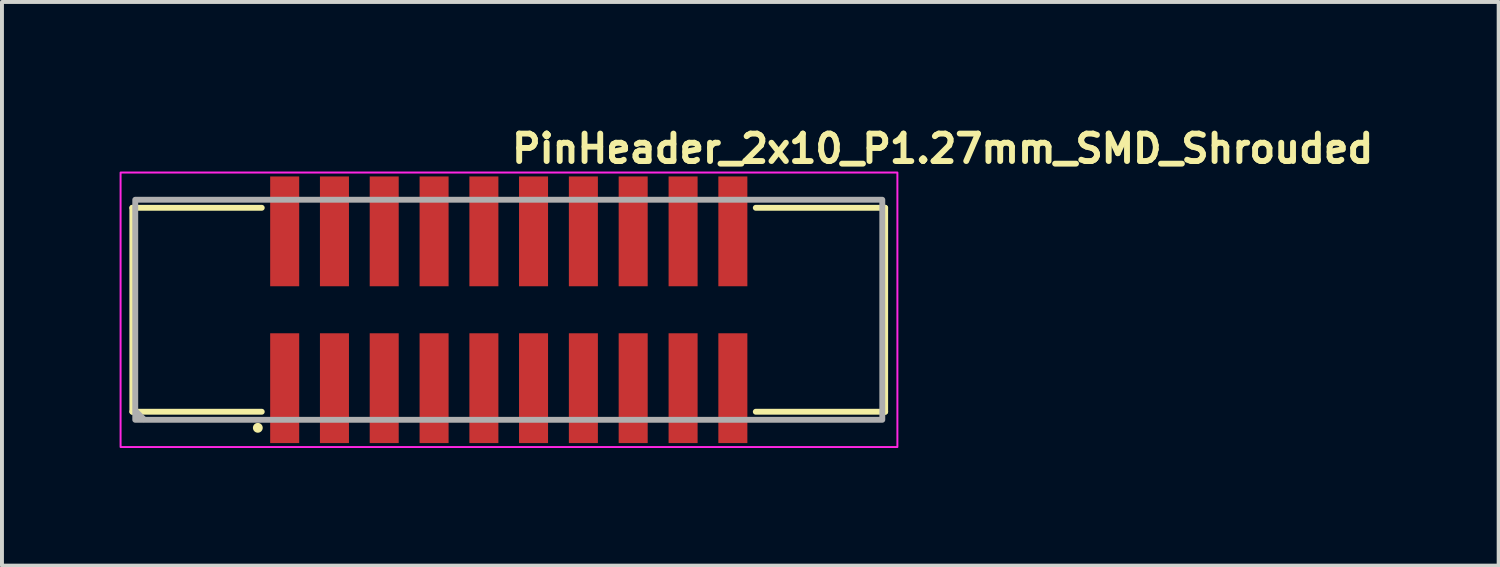
<source format=kicad_pcb>
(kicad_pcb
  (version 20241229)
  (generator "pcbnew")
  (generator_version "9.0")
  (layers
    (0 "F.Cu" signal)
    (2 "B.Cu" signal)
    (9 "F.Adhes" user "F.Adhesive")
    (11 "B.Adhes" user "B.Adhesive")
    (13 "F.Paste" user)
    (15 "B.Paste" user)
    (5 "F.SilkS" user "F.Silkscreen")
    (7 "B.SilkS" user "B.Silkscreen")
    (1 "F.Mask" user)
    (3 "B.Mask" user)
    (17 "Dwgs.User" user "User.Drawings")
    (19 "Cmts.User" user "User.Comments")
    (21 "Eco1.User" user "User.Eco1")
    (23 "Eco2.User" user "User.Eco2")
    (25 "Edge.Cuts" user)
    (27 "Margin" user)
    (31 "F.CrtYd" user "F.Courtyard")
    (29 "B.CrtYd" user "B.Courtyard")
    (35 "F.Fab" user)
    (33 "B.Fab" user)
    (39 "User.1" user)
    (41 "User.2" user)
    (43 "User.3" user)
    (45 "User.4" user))
  (footprint "PinHeader_2x10_P1.27mm_SMD_Shrouded"
    (layer "F.Cu")
    (at 9.925 4.85)
    (property "Reference" "PinHeader_2x10_P1.27mm_SMD_Shrouded" (at 0 -3.7 0) (layer "F.SilkS") (effects (font (size 0.7 0.7) (thickness 0.15)) (justify left bottom)))
    (attr smd)
    (fp_line (start -9.6 -2.601) (end -9.6 2.6) (stroke (width 0.15) (type solid)) (layer "F.SilkS"))
    (fp_line (start -9.6 -2.601) (end -6.3 -2.601) (stroke (width 0.15) (type solid)) (layer "F.SilkS"))
    (fp_line (start -9.6 2.6) (end -6.3 2.6) (stroke (width 0.15) (type solid)) (layer "F.SilkS"))
    (fp_line (start 6.299 -2.601) (end 9.598 -2.601) (stroke (width 0.15) (type solid)) (layer "F.SilkS"))
    (fp_line (start 6.299 2.6) (end 9.598 2.6) (stroke (width 0.15) (type solid)) (layer "F.SilkS"))
    (fp_line (start 9.598 -2.601) (end 9.598 2.6) (stroke (width 0.15) (type solid)) (layer "F.SilkS"))
    (fp_circle (center -6.4 3.01) (end -6.35 3.01) (stroke (width 0.15) (type solid)) (fill yes) (layer "F.SilkS"))
    (fp_rect (start -9.9 -3.5) (end 9.91 3.5) (stroke (width 0.05) (type solid)) (fill no) (layer "F.CrtYd"))
    (fp_line (start -9.51 2.59) (end -9.31 2.79) (stroke (width 0.15) (type solid)) (layer "F.Fab"))
    (fp_rect (start -9.526 -2.806) (end 9.525 2.805) (stroke (width 0.15) (type solid)) (fill no) (layer "F.Fab"))
    (fp_rect (start -9.526 -2.806) (end 9.525 2.805) (stroke (width 0.1) (type solid)) (fill no) (layer "User.5"))
    (fp_line (start -9.526 -2.5) (end 9.525 -2.5) (stroke (width 0.02) (type solid)) (layer "User.9"))
    (fp_line (start -9.526 2.499) (end -9.526 -2.5) (stroke (width 0.02) (type solid)) (layer "User.9"))
    (fp_line (start -9.526 2.499) (end -1.2 2.499) (stroke (width 0.02) (type solid)) (layer "User.9"))
    (fp_line (start -9.125 -2.101) (end -8.725 -1.7) (stroke (width 0.02) (type solid)) (layer "User.9"))
    (fp_line (start -9.125 -2.101) (end 9.124 -2.101) (stroke (width 0.02) (type solid)) (layer "User.9"))
    (fp_line (start -9.125 2.1) (end -9.125 -2.101) (stroke (width 0.02) (type solid)) (layer "User.9"))
    (fp_line (start -9.125 2.1) (end -8.725 1.699) (stroke (width 0.02) (type solid)) (layer "User.9"))
    (fp_line (start -8.725 -1.7) (end -8.725 1.699) (stroke (width 0.02) (type solid)) (layer "User.9"))
    (fp_line (start -8.725 1.699) (end -1.2 1.699) (stroke (width 0.02) (type solid)) (layer "User.9"))
    (fp_line (start -6.768 2.548) (end -6.768 2.499) (stroke (width 0.02) (type solid)) (layer "User.9"))
    (fp_line (start -5.915 -0.835) (end -5.515 -0.835) (stroke (width 0.02) (type solid)) (layer "User.9"))
    (fp_line (start -5.915 -0.435) (end -5.915 -0.835) (stroke (width 0.02) (type solid)) (layer "User.9"))
    (fp_line (start -5.915 0.433) (end -5.816 0.535) (stroke (width 0.02) (type solid)) (layer "User.9"))
    (fp_line (start -5.915 0.433) (end -5.515 0.433) (stroke (width 0.02) (type solid)) (layer "User.9"))
    (fp_line (start -5.915 0.833) (end -5.915 0.433) (stroke (width 0.02) (type solid)) (layer "User.9"))
    (fp_line (start -5.816 -2.755) (end -5.896 -2.5) (stroke (width 0.02) (type solid)) (layer "User.9"))
    (fp_line (start -5.816 -2.755) (end -5.617 -2.755) (stroke (width 0.02) (type solid)) (layer "User.9"))
    (fp_line (start -5.816 -0.735) (end -5.915 -0.835) (stroke (width 0.02) (type solid)) (layer "User.9"))
    (fp_line (start -5.816 -0.735) (end -5.816 -0.537) (stroke (width 0.02) (type solid)) (layer "User.9"))
    (fp_line (start -5.816 -0.537) (end -5.915 -0.435) (stroke (width 0.02) (type solid)) (layer "User.9"))
    (fp_line (start -5.816 -0.537) (end -5.617 -0.537) (stroke (width 0.02) (type solid)) (layer "User.9"))
    (fp_line (start -5.816 0.535) (end -5.816 0.733) (stroke (width 0.02) (type solid)) (layer "User.9"))
    (fp_line (start -5.816 0.733) (end -5.915 0.833) (stroke (width 0.02) (type solid)) (layer "User.9"))
    (fp_line (start -5.816 0.733) (end -5.617 0.733) (stroke (width 0.02) (type solid)) (layer "User.9"))
    (fp_line (start -5.816 2.753) (end -5.88 2.548) (stroke (width 0.02) (type solid)) (layer "User.9"))
    (fp_line (start -5.617 -2.755) (end -5.537 -2.5) (stroke (width 0.02) (type solid)) (layer "User.9"))
    (fp_line (start -5.617 -0.735) (end -5.816 -0.735) (stroke (width 0.02) (type solid)) (layer "User.9"))
    (fp_line (start -5.617 -0.735) (end -5.515 -0.835) (stroke (width 0.02) (type solid)) (layer "User.9"))
    (fp_line (start -5.617 -0.537) (end -5.617 -0.735) (stroke (width 0.02) (type solid)) (layer "User.9"))
    (fp_line (start -5.617 0.535) (end -5.816 0.535) (stroke (width 0.02) (type solid)) (layer "User.9"))
    (fp_line (start -5.617 0.535) (end -5.515 0.433) (stroke (width 0.02) (type solid)) (layer "User.9"))
    (fp_line (start -5.617 0.733) (end -5.617 0.535) (stroke (width 0.02) (type solid)) (layer "User.9"))
    (fp_line (start -5.617 0.733) (end -5.515 0.833) (stroke (width 0.02) (type solid)) (layer "User.9"))
    (fp_line (start -5.617 2.753) (end -5.816 2.753) (stroke (width 0.02) (type solid)) (layer "User.9"))
    (fp_line (start -5.617 2.753) (end -5.552 2.548) (stroke (width 0.02) (type solid)) (layer "User.9"))
    (fp_line (start -5.515 -0.835) (end -5.515 -0.435) (stroke (width 0.02) (type solid)) (layer "User.9"))
    (fp_line (start -5.515 -0.435) (end -5.915 -0.435) (stroke (width 0.02) (type solid)) (layer "User.9"))
    (fp_line (start -5.515 -0.435) (end -5.617 -0.537) (stroke (width 0.02) (type solid)) (layer "User.9"))
    (fp_line (start -5.515 0.433) (end -5.515 0.833) (stroke (width 0.02) (type solid)) (layer "User.9"))
    (fp_line (start -5.515 0.833) (end -5.915 0.833) (stroke (width 0.02) (type solid)) (layer "User.9"))
    (fp_line (start -5.268 2.548) (end -6.768 2.548) (stroke (width 0.02) (type solid)) (layer "User.9"))
    (fp_line (start -5.268 2.548) (end -5.268 2.499) (stroke (width 0.02) (type solid)) (layer "User.9"))
    (fp_line (start -4.646 -0.885) (end -4.247 -0.885) (stroke (width 0.02) (type solid)) (layer "User.9"))
    (fp_line (start -4.646 -0.485) (end -4.646 -0.885) (stroke (width 0.02) (type solid)) (layer "User.9"))
    (fp_line (start -4.646 -0.435) (end -4.646 -0.485) (stroke (width 0.02) (type solid)) (layer "User.9"))
    (fp_line (start -4.646 0.433) (end -4.247 0.433) (stroke (width 0.02) (type solid)) (layer "User.9"))
    (fp_line (start -4.646 0.483) (end -4.646 0.433) (stroke (width 0.02) (type solid)) (layer "User.9"))
    (fp_line (start -4.646 0.483) (end -4.545 0.583) (stroke (width 0.02) (type solid)) (layer "User.9"))
    (fp_line (start -4.646 0.483) (end -4.247 0.483) (stroke (width 0.02) (type solid)) (layer "User.9"))
    (fp_line (start -4.646 0.883) (end -4.646 0.483) (stroke (width 0.02) (type solid)) (layer "User.9"))
    (fp_line (start -4.545 -2.806) (end -4.641 -2.5) (stroke (width 0.02) (type solid)) (layer "User.9"))
    (fp_line (start -4.545 -2.806) (end -4.345 -2.806) (stroke (width 0.02) (type solid)) (layer "User.9"))
    (fp_line (start -4.545 -0.787) (end -4.646 -0.885) (stroke (width 0.02) (type solid)) (layer "User.9"))
    (fp_line (start -4.545 -0.787) (end -4.545 -0.585) (stroke (width 0.02) (type solid)) (layer "User.9"))
    (fp_line (start -4.545 -0.585) (end -4.646 -0.485) (stroke (width 0.02) (type solid)) (layer "User.9"))
    (fp_line (start -4.545 -0.585) (end -4.345 -0.585) (stroke (width 0.02) (type solid)) (layer "User.9"))
    (fp_line (start -4.545 0.583) (end -4.545 0.785) (stroke (width 0.02) (type solid)) (layer "User.9"))
    (fp_line (start -4.545 0.785) (end -4.646 0.883) (stroke (width 0.02) (type solid)) (layer "User.9"))
    (fp_line (start -4.545 0.785) (end -4.345 0.785) (stroke (width 0.02) (type solid)) (layer "User.9"))
    (fp_line (start -4.545 2.805) (end -4.641 2.499) (stroke (width 0.02) (type solid)) (layer "User.9"))
    (fp_line (start -4.345 -2.806) (end -4.25 -2.5) (stroke (width 0.02) (type solid)) (layer "User.9"))
    (fp_line (start -4.345 -0.787) (end -4.545 -0.787) (stroke (width 0.02) (type solid)) (layer "User.9"))
    (fp_line (start -4.345 -0.787) (end -4.247 -0.885) (stroke (width 0.02) (type solid)) (layer "User.9"))
    (fp_line (start -4.345 -0.585) (end -4.345 -0.787) (stroke (width 0.02) (type solid)) (layer "User.9"))
    (fp_line (start -4.345 0.583) (end -4.545 0.583) (stroke (width 0.02) (type solid)) (layer "User.9"))
    (fp_line (start -4.345 0.583) (end -4.247 0.483) (stroke (width 0.02) (type solid)) (layer "User.9"))
    (fp_line (start -4.345 0.785) (end -4.345 0.583) (stroke (width 0.02) (type solid)) (layer "User.9"))
    (fp_line (start -4.345 0.785) (end -4.247 0.883) (stroke (width 0.02) (type solid)) (layer "User.9"))
    (fp_line (start -4.345 2.805) (end -4.545 2.805) (stroke (width 0.02) (type solid)) (layer "User.9"))
    (fp_line (start -4.345 2.805) (end -4.25 2.499) (stroke (width 0.02) (type solid)) (layer "User.9"))
    (fp_line (start -4.247 -0.885) (end -4.247 -0.485) (stroke (width 0.02) (type solid)) (layer "User.9"))
    (fp_line (start -4.247 -0.485) (end -4.646 -0.485) (stroke (width 0.02) (type solid)) (layer "User.9"))
    (fp_line (start -4.247 -0.485) (end -4.345 -0.585) (stroke (width 0.02) (type solid)) (layer "User.9"))
    (fp_line (start -4.247 -0.485) (end -4.247 -0.435) (stroke (width 0.02) (type solid)) (layer "User.9"))
    (fp_line (start -4.247 -0.435) (end -4.646 -0.435) (stroke (width 0.02) (type solid)) (layer "User.9"))
    (fp_line (start -4.247 0.433) (end -4.247 0.483) (stroke (width 0.02) (type solid)) (layer "User.9"))
    (fp_line (start -4.247 0.483) (end -4.247 0.883) (stroke (width 0.02) (type solid)) (layer "User.9"))
    (fp_line (start -4.247 0.883) (end -4.646 0.883) (stroke (width 0.02) (type solid)) (layer "User.9"))
    (fp_line (start -3.375 -0.885) (end -2.976 -0.885) (stroke (width 0.02) (type solid)) (layer "User.9"))
    (fp_line (start -3.375 -0.485) (end -3.375 -0.885) (stroke (width 0.02) (type solid)) (layer "User.9"))
    (fp_line (start -3.375 -0.435) (end -3.375 -0.485) (stroke (width 0.02) (type solid)) (layer "User.9"))
    (fp_line (start -3.375 0.433) (end -2.976 0.433) (stroke (width 0.02) (type solid)) (layer "User.9"))
    (fp_line (start -3.375 0.483) (end -3.375 0.433) (stroke (width 0.02) (type solid)) (layer "User.9"))
    (fp_line (start -3.375 0.483) (end -3.275 0.583) (stroke (width 0.02) (type solid)) (layer "User.9"))
    (fp_line (start -3.375 0.483) (end -2.976 0.483) (stroke (width 0.02) (type solid)) (layer "User.9"))
    (fp_line (start -3.375 0.883) (end -3.375 0.483) (stroke (width 0.02) (type solid)) (layer "User.9"))
    (fp_line (start -3.275 -2.806) (end -3.371 -2.5) (stroke (width 0.02) (type solid)) (layer "User.9"))
    (fp_line (start -3.275 -2.806) (end -3.077 -2.806) (stroke (width 0.02) (type solid)) (layer "User.9"))
    (fp_line (start -3.275 -0.787) (end -3.375 -0.885) (stroke (width 0.02) (type solid)) (layer "User.9"))
    (fp_line (start -3.275 -0.787) (end -3.275 -0.585) (stroke (width 0.02) (type solid)) (layer "User.9"))
    (fp_line (start -3.275 -0.585) (end -3.375 -0.485) (stroke (width 0.02) (type solid)) (layer "User.9"))
    (fp_line (start -3.275 -0.585) (end -3.077 -0.585) (stroke (width 0.02) (type solid)) (layer "User.9"))
    (fp_line (start -3.275 0.583) (end -3.275 0.785) (stroke (width 0.02) (type solid)) (layer "User.9"))
    (fp_line (start -3.275 0.785) (end -3.375 0.883) (stroke (width 0.02) (type solid)) (layer "User.9"))
    (fp_line (start -3.275 0.785) (end -3.077 0.785) (stroke (width 0.02) (type solid)) (layer "User.9"))
    (fp_line (start -3.275 2.805) (end -3.371 2.499) (stroke (width 0.02) (type solid)) (layer "User.9"))
    (fp_line (start -3.077 -2.806) (end -2.98 -2.5) (stroke (width 0.02) (type solid)) (layer "User.9"))
    (fp_line (start -3.077 -0.787) (end -3.275 -0.787) (stroke (width 0.02) (type solid)) (layer "User.9"))
    (fp_line (start -3.077 -0.787) (end -2.976 -0.885) (stroke (width 0.02) (type solid)) (layer "User.9"))
    (fp_line (start -3.077 -0.585) (end -3.077 -0.787) (stroke (width 0.02) (type solid)) (layer "User.9"))
    (fp_line (start -3.077 0.583) (end -3.275 0.583) (stroke (width 0.02) (type solid)) (layer "User.9"))
    (fp_line (start -3.077 0.583) (end -2.976 0.483) (stroke (width 0.02) (type solid)) (layer "User.9"))
    (fp_line (start -3.077 0.785) (end -3.077 0.583) (stroke (width 0.02) (type solid)) (layer "User.9"))
    (fp_line (start -3.077 0.785) (end -2.976 0.883) (stroke (width 0.02) (type solid)) (layer "User.9"))
    (fp_line (start -3.077 2.805) (end -3.275 2.805) (stroke (width 0.02) (type solid)) (layer "User.9"))
    (fp_line (start -3.077 2.805) (end -2.98 2.499) (stroke (width 0.02) (type solid)) (layer "User.9"))
    (fp_line (start -2.976 -0.885) (end -2.976 -0.485) (stroke (width 0.02) (type solid)) (layer "User.9"))
    (fp_line (start -2.976 -0.485) (end -3.375 -0.485) (stroke (width 0.02) (type solid)) (layer "User.9"))
    (fp_line (start -2.976 -0.485) (end -3.077 -0.585) (stroke (width 0.02) (type solid)) (layer "User.9"))
    (fp_line (start -2.976 -0.485) (end -2.976 -0.435) (stroke (width 0.02) (type solid)) (layer "User.9"))
    (fp_line (start -2.976 -0.435) (end -3.375 -0.435) (stroke (width 0.02) (type solid)) (layer "User.9"))
    (fp_line (start -2.976 0.433) (end -2.976 0.483) (stroke (width 0.02) (type solid)) (layer "User.9"))
    (fp_line (start -2.976 0.483) (end -2.976 0.883) (stroke (width 0.02) (type solid)) (layer "User.9"))
    (fp_line (start -2.976 0.883) (end -3.375 0.883) (stroke (width 0.02) (type solid)) (layer "User.9"))
    (fp_line (start -2.105 -0.885) (end -1.706 -0.885) (stroke (width 0.02) (type solid)) (layer "User.9"))
    (fp_line (start -2.105 -0.485) (end -2.105 -0.885) (stroke (width 0.02) (type solid)) (layer "User.9"))
    (fp_line (start -2.105 -0.435) (end -2.105 -0.485) (stroke (width 0.02) (type solid)) (layer "User.9"))
    (fp_line (start -2.105 0.433) (end -1.706 0.433) (stroke (width 0.02) (type solid)) (layer "User.9"))
    (fp_line (start -2.105 0.483) (end -2.105 0.433) (stroke (width 0.02) (type solid)) (layer "User.9"))
    (fp_line (start -2.105 0.483) (end -2.005 0.583) (stroke (width 0.02) (type solid)) (layer "User.9"))
    (fp_line (start -2.105 0.483) (end -1.706 0.483) (stroke (width 0.02) (type solid)) (layer "User.9"))
    (fp_line (start -2.105 0.883) (end -2.105 0.483) (stroke (width 0.02) (type solid)) (layer "User.9"))
    (fp_line (start -2.005 -2.806) (end -2.101 -2.5) (stroke (width 0.02) (type solid)) (layer "User.9"))
    (fp_line (start -2.005 -2.806) (end -1.805 -2.806) (stroke (width 0.02) (type solid)) (layer "User.9"))
    (fp_line (start -2.005 -0.787) (end -2.105 -0.885) (stroke (width 0.02) (type solid)) (layer "User.9"))
    (fp_line (start -2.005 -0.787) (end -2.005 -0.585) (stroke (width 0.02) (type solid)) (layer "User.9"))
    (fp_line (start -2.005 -0.585) (end -2.105 -0.485) (stroke (width 0.02) (type solid)) (layer "User.9"))
    (fp_line (start -2.005 -0.585) (end -1.805 -0.585) (stroke (width 0.02) (type solid)) (layer "User.9"))
    (fp_line (start -2.005 0.583) (end -2.005 0.785) (stroke (width 0.02) (type solid)) (layer "User.9"))
    (fp_line (start -2.005 0.785) (end -2.105 0.883) (stroke (width 0.02) (type solid)) (layer "User.9"))
    (fp_line (start -2.005 0.785) (end -1.805 0.785) (stroke (width 0.02) (type solid)) (layer "User.9"))
    (fp_line (start -2.005 2.805) (end -2.101 2.499) (stroke (width 0.02) (type solid)) (layer "User.9"))
    (fp_line (start -1.805 -2.806) (end -1.71 -2.5) (stroke (width 0.02) (type solid)) (layer "User.9"))
    (fp_line (start -1.805 -0.787) (end -2.005 -0.787) (stroke (width 0.02) (type solid)) (layer "User.9"))
    (fp_line (start -1.805 -0.787) (end -1.706 -0.885) (stroke (width 0.02) (type solid)) (layer "User.9"))
    (fp_line (start -1.805 -0.585) (end -1.805 -0.787) (stroke (width 0.02) (type solid)) (layer "User.9"))
    (fp_line (start -1.805 0.583) (end -2.005 0.583) (stroke (width 0.02) (type solid)) (layer "User.9"))
    (fp_line (start -1.805 0.583) (end -1.706 0.483) (stroke (width 0.02) (type solid)) (layer "User.9"))
    (fp_line (start -1.805 0.785) (end -1.805 0.583) (stroke (width 0.02) (type solid)) (layer "User.9"))
    (fp_line (start -1.805 0.785) (end -1.706 0.883) (stroke (width 0.02) (type solid)) (layer "User.9"))
    (fp_line (start -1.805 2.805) (end -2.005 2.805) (stroke (width 0.02) (type solid)) (layer "User.9"))
    (fp_line (start -1.805 2.805) (end -1.71 2.499) (stroke (width 0.02) (type solid)) (layer "User.9"))
    (fp_line (start -1.706 -0.885) (end -1.706 -0.485) (stroke (width 0.02) (type solid)) (layer "User.9"))
    (fp_line (start -1.706 -0.485) (end -2.105 -0.485) (stroke (width 0.02) (type solid)) (layer "User.9"))
    (fp_line (start -1.706 -0.485) (end -1.805 -0.585) (stroke (width 0.02) (type solid)) (layer "User.9"))
    (fp_line (start -1.706 -0.485) (end -1.706 -0.435) (stroke (width 0.02) (type solid)) (layer "User.9"))
    (fp_line (start -1.706 -0.435) (end -2.105 -0.435) (stroke (width 0.02) (type solid)) (layer "User.9"))
    (fp_line (start -1.706 0.433) (end -1.706 0.483) (stroke (width 0.02) (type solid)) (layer "User.9"))
    (fp_line (start -1.706 0.483) (end -1.706 0.883) (stroke (width 0.02) (type solid)) (layer "User.9"))
    (fp_line (start -1.706 0.883) (end -2.105 0.883) (stroke (width 0.02) (type solid)) (layer "User.9"))
    (fp_line (start -1.2 2.1) (end -9.125 2.1) (stroke (width 0.02) (type solid)) (layer "User.9"))
    (fp_line (start -1.2 2.1) (end -1.2 1.699) (stroke (width 0.02) (type solid)) (layer "User.9"))
    (fp_line (start -1.2 2.499) (end -1.2 2.1) (stroke (width 0.02) (type solid)) (layer "User.9"))
    (fp_line (start -0.835 -0.885) (end -0.435 -0.885) (stroke (width 0.02) (type solid)) (layer "User.9"))
    (fp_line (start -0.835 -0.485) (end -0.835 -0.885) (stroke (width 0.02) (type solid)) (layer "User.9"))
    (fp_line (start -0.835 -0.435) (end -0.835 -0.485) (stroke (width 0.02) (type solid)) (layer "User.9"))
    (fp_line (start -0.835 0.433) (end -0.435 0.433) (stroke (width 0.02) (type solid)) (layer "User.9"))
    (fp_line (start -0.835 0.483) (end -0.835 0.433) (stroke (width 0.02) (type solid)) (layer "User.9"))
    (fp_line (start -0.835 0.483) (end -0.735 0.583) (stroke (width 0.02) (type solid)) (layer "User.9"))
    (fp_line (start -0.835 0.483) (end -0.435 0.483) (stroke (width 0.02) (type solid)) (layer "User.9"))
    (fp_line (start -0.835 0.883) (end -0.835 0.483) (stroke (width 0.02) (type solid)) (layer "User.9"))
    (fp_line (start -0.735 -2.806) (end -0.832 -2.5) (stroke (width 0.02) (type solid)) (layer "User.9"))
    (fp_line (start -0.735 -2.806) (end -0.537 -2.806) (stroke (width 0.02) (type solid)) (layer "User.9"))
    (fp_line (start -0.735 -0.787) (end -0.835 -0.885) (stroke (width 0.02) (type solid)) (layer "User.9"))
    (fp_line (start -0.735 -0.787) (end -0.735 -0.585) (stroke (width 0.02) (type solid)) (layer "User.9"))
    (fp_line (start -0.735 -0.585) (end -0.835 -0.485) (stroke (width 0.02) (type solid)) (layer "User.9"))
    (fp_line (start -0.735 -0.585) (end -0.537 -0.585) (stroke (width 0.02) (type solid)) (layer "User.9"))
    (fp_line (start -0.735 0.583) (end -0.735 0.785) (stroke (width 0.02) (type solid)) (layer "User.9"))
    (fp_line (start -0.735 0.785) (end -0.835 0.883) (stroke (width 0.02) (type solid)) (layer "User.9"))
    (fp_line (start -0.735 0.785) (end -0.537 0.785) (stroke (width 0.02) (type solid)) (layer "User.9"))
    (fp_line (start -0.735 2.805) (end -0.832 2.499) (stroke (width 0.02) (type solid)) (layer "User.9"))
    (fp_line (start -0.537 -2.806) (end -0.44 -2.5) (stroke (width 0.02) (type solid)) (layer "User.9"))
    (fp_line (start -0.537 -0.787) (end -0.735 -0.787) (stroke (width 0.02) (type solid)) (layer "User.9"))
    (fp_line (start -0.537 -0.787) (end -0.435 -0.885) (stroke (width 0.02) (type solid)) (layer "User.9"))
    (fp_line (start -0.537 -0.585) (end -0.537 -0.787) (stroke (width 0.02) (type solid)) (layer "User.9"))
    (fp_line (start -0.537 0.583) (end -0.735 0.583) (stroke (width 0.02) (type solid)) (layer "User.9"))
    (fp_line (start -0.537 0.583) (end -0.435 0.483) (stroke (width 0.02) (type solid)) (layer "User.9"))
    (fp_line (start -0.537 0.785) (end -0.537 0.583) (stroke (width 0.02) (type solid)) (layer "User.9"))
    (fp_line (start -0.537 0.785) (end -0.435 0.883) (stroke (width 0.02) (type solid)) (layer "User.9"))
    (fp_line (start -0.537 2.805) (end -0.735 2.805) (stroke (width 0.02) (type solid)) (layer "User.9"))
    (fp_line (start -0.537 2.805) (end -0.44 2.499) (stroke (width 0.02) (type solid)) (layer "User.9"))
    (fp_line (start -0.435 -0.885) (end -0.435 -0.485) (stroke (width 0.02) (type solid)) (layer "User.9"))
    (fp_line (start -0.435 -0.485) (end -0.835 -0.485) (stroke (width 0.02) (type solid)) (layer "User.9"))
    (fp_line (start -0.435 -0.485) (end -0.537 -0.585) (stroke (width 0.02) (type solid)) (layer "User.9"))
    (fp_line (start -0.435 -0.485) (end -0.435 -0.435) (stroke (width 0.02) (type solid)) (layer "User.9"))
    (fp_line (start -0.435 -0.435) (end -0.835 -0.435) (stroke (width 0.02) (type solid)) (layer "User.9"))
    (fp_line (start -0.435 0.433) (end -0.435 0.483) (stroke (width 0.02) (type solid)) (layer "User.9"))
    (fp_line (start -0.435 0.483) (end -0.435 0.883) (stroke (width 0.02) (type solid)) (layer "User.9"))
    (fp_line (start -0.435 0.883) (end -0.835 0.883) (stroke (width 0.02) (type solid)) (layer "User.9"))
    (fp_line (start 0.433 -0.885) (end 0.833 -0.885) (stroke (width 0.02) (type solid)) (layer "User.9"))
    (fp_line (start 0.433 -0.485) (end 0.433 -0.885) (stroke (width 0.02) (type solid)) (layer "User.9"))
    (fp_line (start 0.433 -0.435) (end 0.433 -0.485) (stroke (width 0.02) (type solid)) (layer "User.9"))
    (fp_line (start 0.433 0.433) (end 0.833 0.433) (stroke (width 0.02) (type solid)) (layer "User.9"))
    (fp_line (start 0.433 0.483) (end 0.433 0.433) (stroke (width 0.02) (type solid)) (layer "User.9"))
    (fp_line (start 0.433 0.483) (end 0.535 0.583) (stroke (width 0.02) (type solid)) (layer "User.9"))
    (fp_line (start 0.433 0.483) (end 0.833 0.483) (stroke (width 0.02) (type solid)) (layer "User.9"))
    (fp_line (start 0.433 0.883) (end 0.433 0.483) (stroke (width 0.02) (type solid)) (layer "User.9"))
    (fp_line (start 0.535 -2.806) (end 0.438 -2.5) (stroke (width 0.02) (type solid)) (layer "User.9"))
    (fp_line (start 0.535 -2.806) (end 0.733 -2.806) (stroke (width 0.02) (type solid)) (layer "User.9"))
    (fp_line (start 0.535 -0.787) (end 0.433 -0.885) (stroke (width 0.02) (type solid)) (layer "User.9"))
    (fp_line (start 0.535 -0.787) (end 0.535 -0.585) (stroke (width 0.02) (type solid)) (layer "User.9"))
    (fp_line (start 0.535 -0.585) (end 0.433 -0.485) (stroke (width 0.02) (type solid)) (layer "User.9"))
    (fp_line (start 0.535 -0.585) (end 0.733 -0.585) (stroke (width 0.02) (type solid)) (layer "User.9"))
    (fp_line (start 0.535 0.583) (end 0.535 0.785) (stroke (width 0.02) (type solid)) (layer "User.9"))
    (fp_line (start 0.535 0.785) (end 0.433 0.883) (stroke (width 0.02) (type solid)) (layer "User.9"))
    (fp_line (start 0.535 0.785) (end 0.733 0.785) (stroke (width 0.02) (type solid)) (layer "User.9"))
    (fp_line (start 0.535 2.805) (end 0.438 2.499) (stroke (width 0.02) (type solid)) (layer "User.9"))
    (fp_line (start 0.733 -2.806) (end 0.83 -2.5) (stroke (width 0.02) (type solid)) (layer "User.9"))
    (fp_line (start 0.733 -0.787) (end 0.535 -0.787) (stroke (width 0.02) (type solid)) (layer "User.9"))
    (fp_line (start 0.733 -0.787) (end 0.833 -0.885) (stroke (width 0.02) (type solid)) (layer "User.9"))
    (fp_line (start 0.733 -0.585) (end 0.733 -0.787) (stroke (width 0.02) (type solid)) (layer "User.9"))
    (fp_line (start 0.733 0.583) (end 0.535 0.583) (stroke (width 0.02) (type solid)) (layer "User.9"))
    (fp_line (start 0.733 0.583) (end 0.833 0.483) (stroke (width 0.02) (type solid)) (layer "User.9"))
    (fp_line (start 0.733 0.785) (end 0.733 0.583) (stroke (width 0.02) (type solid)) (layer "User.9"))
    (fp_line (start 0.733 0.785) (end 0.833 0.883) (stroke (width 0.02) (type solid)) (layer "User.9"))
    (fp_line (start 0.733 2.805) (end 0.535 2.805) (stroke (width 0.02) (type solid)) (layer "User.9"))
    (fp_line (start 0.733 2.805) (end 0.83 2.499) (stroke (width 0.02) (type solid)) (layer "User.9"))
    (fp_line (start 0.833 -0.885) (end 0.833 -0.485) (stroke (width 0.02) (type solid)) (layer "User.9"))
    (fp_line (start 0.833 -0.485) (end 0.433 -0.485) (stroke (width 0.02) (type solid)) (layer "User.9"))
    (fp_line (start 0.833 -0.485) (end 0.733 -0.585) (stroke (width 0.02) (type solid)) (layer "User.9"))
    (fp_line (start 0.833 -0.485) (end 0.833 -0.435) (stroke (width 0.02) (type solid)) (layer "User.9"))
    (fp_line (start 0.833 -0.435) (end 0.433 -0.435) (stroke (width 0.02) (type solid)) (layer "User.9"))
    (fp_line (start 0.833 0.433) (end 0.833 0.483) (stroke (width 0.02) (type solid)) (layer "User.9"))
    (fp_line (start 0.833 0.483) (end 0.833 0.883) (stroke (width 0.02) (type solid)) (layer "User.9"))
    (fp_line (start 0.833 0.883) (end 0.433 0.883) (stroke (width 0.02) (type solid)) (layer "User.9"))
    (fp_line (start 1.199 1.699) (end 1.199 2.1) (stroke (width 0.02) (type solid)) (layer "User.9"))
    (fp_line (start 1.199 1.699) (end 8.724 1.699) (stroke (width 0.02) (type solid)) (layer "User.9"))
    (fp_line (start 1.199 2.1) (end 1.199 2.499) (stroke (width 0.02) (type solid)) (layer "User.9"))
    (fp_line (start 1.199 2.499) (end -1.2 2.499) (stroke (width 0.02) (type solid)) (layer "User.9"))
    (fp_line (start 1.199 2.499) (end 9.525 2.499) (stroke (width 0.02) (type solid)) (layer "User.9"))
    (fp_line (start 1.705 -0.885) (end 2.104 -0.885) (stroke (width 0.02) (type solid)) (layer "User.9"))
    (fp_line (start 1.705 -0.485) (end 1.705 -0.885) (stroke (width 0.02) (type solid)) (layer "User.9"))
    (fp_line (start 1.705 -0.435) (end 1.705 -0.485) (stroke (width 0.02) (type solid)) (layer "User.9"))
    (fp_line (start 1.705 0.433) (end 2.104 0.433) (stroke (width 0.02) (type solid)) (layer "User.9"))
    (fp_line (start 1.705 0.483) (end 1.705 0.433) (stroke (width 0.02) (type solid)) (layer "User.9"))
    (fp_line (start 1.705 0.483) (end 1.804 0.583) (stroke (width 0.02) (type solid)) (layer "User.9"))
    (fp_line (start 1.705 0.483) (end 2.104 0.483) (stroke (width 0.02) (type solid)) (layer "User.9"))
    (fp_line (start 1.705 0.883) (end 1.705 0.483) (stroke (width 0.02) (type solid)) (layer "User.9"))
    (fp_line (start 1.804 -2.806) (end 1.709 -2.5) (stroke (width 0.02) (type solid)) (layer "User.9"))
    (fp_line (start 1.804 -2.806) (end 2.003 -2.806) (stroke (width 0.02) (type solid)) (layer "User.9"))
    (fp_line (start 1.804 -0.787) (end 1.705 -0.885) (stroke (width 0.02) (type solid)) (layer "User.9"))
    (fp_line (start 1.804 -0.787) (end 1.804 -0.585) (stroke (width 0.02) (type solid)) (layer "User.9"))
    (fp_line (start 1.804 -0.585) (end 1.705 -0.485) (stroke (width 0.02) (type solid)) (layer "User.9"))
    (fp_line (start 1.804 -0.585) (end 2.003 -0.585) (stroke (width 0.02) (type solid)) (layer "User.9"))
    (fp_line (start 1.804 0.583) (end 1.804 0.785) (stroke (width 0.02) (type solid)) (layer "User.9"))
    (fp_line (start 1.804 0.785) (end 1.705 0.883) (stroke (width 0.02) (type solid)) (layer "User.9"))
    (fp_line (start 1.804 0.785) (end 2.003 0.785) (stroke (width 0.02) (type solid)) (layer "User.9"))
    (fp_line (start 1.804 2.805) (end 1.709 2.499) (stroke (width 0.02) (type solid)) (layer "User.9"))
    (fp_line (start 2.003 -2.806) (end 2.1 -2.5) (stroke (width 0.02) (type solid)) (layer "User.9"))
    (fp_line (start 2.003 -0.787) (end 1.804 -0.787) (stroke (width 0.02) (type solid)) (layer "User.9"))
    (fp_line (start 2.003 -0.787) (end 2.104 -0.885) (stroke (width 0.02) (type solid)) (layer "User.9"))
    (fp_line (start 2.003 -0.585) (end 2.003 -0.787) (stroke (width 0.02) (type solid)) (layer "User.9"))
    (fp_line (start 2.003 0.583) (end 1.804 0.583) (stroke (width 0.02) (type solid)) (layer "User.9"))
    (fp_line (start 2.003 0.583) (end 2.104 0.483) (stroke (width 0.02) (type solid)) (layer "User.9"))
    (fp_line (start 2.003 0.785) (end 2.003 0.583) (stroke (width 0.02) (type solid)) (layer "User.9"))
    (fp_line (start 2.003 0.785) (end 2.104 0.883) (stroke (width 0.02) (type solid)) (layer "User.9"))
    (fp_line (start 2.003 2.805) (end 1.804 2.805) (stroke (width 0.02) (type solid)) (layer "User.9"))
    (fp_line (start 2.003 2.805) (end 2.1 2.499) (stroke (width 0.02) (type solid)) (layer "User.9"))
    (fp_line (start 2.104 -0.885) (end 2.104 -0.485) (stroke (width 0.02) (type solid)) (layer "User.9"))
    (fp_line (start 2.104 -0.485) (end 1.705 -0.485) (stroke (width 0.02) (type solid)) (layer "User.9"))
    (fp_line (start 2.104 -0.485) (end 2.003 -0.585) (stroke (width 0.02) (type solid)) (layer "User.9"))
    (fp_line (start 2.104 -0.485) (end 2.104 -0.435) (stroke (width 0.02) (type solid)) (layer "User.9"))
    (fp_line (start 2.104 -0.435) (end 1.705 -0.435) (stroke (width 0.02) (type solid)) (layer "User.9"))
    (fp_line (start 2.104 0.433) (end 2.104 0.483) (stroke (width 0.02) (type solid)) (layer "User.9"))
    (fp_line (start 2.104 0.483) (end 2.104 0.883) (stroke (width 0.02) (type solid)) (layer "User.9"))
    (fp_line (start 2.104 0.883) (end 1.705 0.883) (stroke (width 0.02) (type solid)) (layer "User.9"))
    (fp_line (start 2.975 -0.885) (end 3.374 -0.885) (stroke (width 0.02) (type solid)) (layer "User.9"))
    (fp_line (start 2.975 -0.485) (end 2.975 -0.885) (stroke (width 0.02) (type solid)) (layer "User.9"))
    (fp_line (start 2.975 -0.435) (end 2.975 -0.485) (stroke (width 0.02) (type solid)) (layer "User.9"))
    (fp_line (start 2.975 0.433) (end 3.374 0.433) (stroke (width 0.02) (type solid)) (layer "User.9"))
    (fp_line (start 2.975 0.483) (end 2.975 0.433) (stroke (width 0.02) (type solid)) (layer "User.9"))
    (fp_line (start 2.975 0.483) (end 3.075 0.583) (stroke (width 0.02) (type solid)) (layer "User.9"))
    (fp_line (start 2.975 0.483) (end 3.374 0.483) (stroke (width 0.02) (type solid)) (layer "User.9"))
    (fp_line (start 2.975 0.883) (end 2.975 0.483) (stroke (width 0.02) (type solid)) (layer "User.9"))
    (fp_line (start 3.075 -2.806) (end 2.979 -2.5) (stroke (width 0.02) (type solid)) (layer "User.9"))
    (fp_line (start 3.075 -2.806) (end 3.273 -2.806) (stroke (width 0.02) (type solid)) (layer "User.9"))
    (fp_line (start 3.075 -0.787) (end 2.975 -0.885) (stroke (width 0.02) (type solid)) (layer "User.9"))
    (fp_line (start 3.075 -0.787) (end 3.075 -0.585) (stroke (width 0.02) (type solid)) (layer "User.9"))
    (fp_line (start 3.075 -0.585) (end 2.975 -0.485) (stroke (width 0.02) (type solid)) (layer "User.9"))
    (fp_line (start 3.075 -0.585) (end 3.273 -0.585) (stroke (width 0.02) (type solid)) (layer "User.9"))
    (fp_line (start 3.075 0.583) (end 3.075 0.785) (stroke (width 0.02) (type solid)) (layer "User.9"))
    (fp_line (start 3.075 0.785) (end 2.975 0.883) (stroke (width 0.02) (type solid)) (layer "User.9"))
    (fp_line (start 3.075 0.785) (end 3.273 0.785) (stroke (width 0.02) (type solid)) (layer "User.9"))
    (fp_line (start 3.075 2.805) (end 2.979 2.499) (stroke (width 0.02) (type solid)) (layer "User.9"))
    (fp_line (start 3.273 -2.806) (end 3.37 -2.5) (stroke (width 0.02) (type solid)) (layer "User.9"))
    (fp_line (start 3.273 -0.787) (end 3.075 -0.787) (stroke (width 0.02) (type solid)) (layer "User.9"))
    (fp_line (start 3.273 -0.787) (end 3.374 -0.885) (stroke (width 0.02) (type solid)) (layer "User.9"))
    (fp_line (start 3.273 -0.585) (end 3.273 -0.787) (stroke (width 0.02) (type solid)) (layer "User.9"))
    (fp_line (start 3.273 0.583) (end 3.075 0.583) (stroke (width 0.02) (type solid)) (layer "User.9"))
    (fp_line (start 3.273 0.583) (end 3.374 0.483) (stroke (width 0.02) (type solid)) (layer "User.9"))
    (fp_line (start 3.273 0.785) (end 3.273 0.583) (stroke (width 0.02) (type solid)) (layer "User.9"))
    (fp_line (start 3.273 0.785) (end 3.374 0.883) (stroke (width 0.02) (type solid)) (layer "User.9"))
    (fp_line (start 3.273 2.805) (end 3.075 2.805) (stroke (width 0.02) (type solid)) (layer "User.9"))
    (fp_line (start 3.273 2.805) (end 3.37 2.499) (stroke (width 0.02) (type solid)) (layer "User.9"))
    (fp_line (start 3.374 -0.885) (end 3.374 -0.485) (stroke (width 0.02) (type solid)) (layer "User.9"))
    (fp_line (start 3.374 -0.485) (end 2.975 -0.485) (stroke (width 0.02) (type solid)) (layer "User.9"))
    (fp_line (start 3.374 -0.485) (end 3.273 -0.585) (stroke (width 0.02) (type solid)) (layer "User.9"))
    (fp_line (start 3.374 -0.485) (end 3.374 -0.435) (stroke (width 0.02) (type solid)) (layer "User.9"))
    (fp_line (start 3.374 -0.435) (end 2.975 -0.435) (stroke (width 0.02) (type solid)) (layer "User.9"))
    (fp_line (start 3.374 0.433) (end 3.374 0.483) (stroke (width 0.02) (type solid)) (layer "User.9"))
    (fp_line (start 3.374 0.483) (end 3.374 0.883) (stroke (width 0.02) (type solid)) (layer "User.9"))
    (fp_line (start 3.374 0.883) (end 2.975 0.883) (stroke (width 0.02) (type solid)) (layer "User.9"))
    (fp_line (start 4.245 -0.885) (end 4.644 -0.885) (stroke (width 0.02) (type solid)) (layer "User.9"))
    (fp_line (start 4.245 -0.485) (end 4.245 -0.885) (stroke (width 0.02) (type solid)) (layer "User.9"))
    (fp_line (start 4.245 -0.435) (end 4.245 -0.485) (stroke (width 0.02) (type solid)) (layer "User.9"))
    (fp_line (start 4.245 0.433) (end 4.644 0.433) (stroke (width 0.02) (type solid)) (layer "User.9"))
    (fp_line (start 4.245 0.483) (end 4.245 0.433) (stroke (width 0.02) (type solid)) (layer "User.9"))
    (fp_line (start 4.245 0.483) (end 4.344 0.583) (stroke (width 0.02) (type solid)) (layer "User.9"))
    (fp_line (start 4.245 0.483) (end 4.644 0.483) (stroke (width 0.02) (type solid)) (layer "User.9"))
    (fp_line (start 4.245 0.883) (end 4.245 0.483) (stroke (width 0.02) (type solid)) (layer "User.9"))
    (fp_line (start 4.344 -2.806) (end 4.248 -2.5) (stroke (width 0.02) (type solid)) (layer "User.9"))
    (fp_line (start 4.344 -2.806) (end 4.544 -2.806) (stroke (width 0.02) (type solid)) (layer "User.9"))
    (fp_line (start 4.344 -0.787) (end 4.245 -0.885) (stroke (width 0.02) (type solid)) (layer "User.9"))
    (fp_line (start 4.344 -0.787) (end 4.344 -0.585) (stroke (width 0.02) (type solid)) (layer "User.9"))
    (fp_line (start 4.344 -0.585) (end 4.245 -0.485) (stroke (width 0.02) (type solid)) (layer "User.9"))
    (fp_line (start 4.344 -0.585) (end 4.544 -0.585) (stroke (width 0.02) (type solid)) (layer "User.9"))
    (fp_line (start 4.344 0.583) (end 4.344 0.785) (stroke (width 0.02) (type solid)) (layer "User.9"))
    (fp_line (start 4.344 0.785) (end 4.245 0.883) (stroke (width 0.02) (type solid)) (layer "User.9"))
    (fp_line (start 4.344 0.785) (end 4.544 0.785) (stroke (width 0.02) (type solid)) (layer "User.9"))
    (fp_line (start 4.344 2.805) (end 4.248 2.499) (stroke (width 0.02) (type solid)) (layer "User.9"))
    (fp_line (start 4.544 -2.806) (end 4.639 -2.5) (stroke (width 0.02) (type solid)) (layer "User.9"))
    (fp_line (start 4.544 -0.787) (end 4.344 -0.787) (stroke (width 0.02) (type solid)) (layer "User.9"))
    (fp_line (start 4.544 -0.787) (end 4.644 -0.885) (stroke (width 0.02) (type solid)) (layer "User.9"))
    (fp_line (start 4.544 -0.585) (end 4.544 -0.787) (stroke (width 0.02) (type solid)) (layer "User.9"))
    (fp_line (start 4.544 0.583) (end 4.344 0.583) (stroke (width 0.02) (type solid)) (layer "User.9"))
    (fp_line (start 4.544 0.583) (end 4.644 0.483) (stroke (width 0.02) (type solid)) (layer "User.9"))
    (fp_line (start 4.544 0.785) (end 4.544 0.583) (stroke (width 0.02) (type solid)) (layer "User.9"))
    (fp_line (start 4.544 0.785) (end 4.644 0.883) (stroke (width 0.02) (type solid)) (layer "User.9"))
    (fp_line (start 4.544 2.805) (end 4.344 2.805) (stroke (width 0.02) (type solid)) (layer "User.9"))
    (fp_line (start 4.544 2.805) (end 4.639 2.499) (stroke (width 0.02) (type solid)) (layer "User.9"))
    (fp_line (start 4.644 -0.885) (end 4.644 -0.485) (stroke (width 0.02) (type solid)) (layer "User.9"))
    (fp_line (start 4.644 -0.485) (end 4.245 -0.485) (stroke (width 0.02) (type solid)) (layer "User.9"))
    (fp_line (start 4.644 -0.485) (end 4.544 -0.585) (stroke (width 0.02) (type solid)) (layer "User.9"))
    (fp_line (start 4.644 -0.485) (end 4.644 -0.435) (stroke (width 0.02) (type solid)) (layer "User.9"))
    (fp_line (start 4.644 -0.435) (end 4.245 -0.435) (stroke (width 0.02) (type solid)) (layer "User.9"))
    (fp_line (start 4.644 0.433) (end 4.644 0.483) (stroke (width 0.02) (type solid)) (layer "User.9"))
    (fp_line (start 4.644 0.483) (end 4.644 0.883) (stroke (width 0.02) (type solid)) (layer "User.9"))
    (fp_line (start 4.644 0.883) (end 4.245 0.883) (stroke (width 0.02) (type solid)) (layer "User.9"))
    (fp_line (start 5.514 -0.885) (end 5.913 -0.885) (stroke (width 0.02) (type solid)) (layer "User.9"))
    (fp_line (start 5.514 -0.485) (end 5.514 -0.885) (stroke (width 0.02) (type solid)) (layer "User.9"))
    (fp_line (start 5.514 -0.435) (end 5.514 -0.485) (stroke (width 0.02) (type solid)) (layer "User.9"))
    (fp_line (start 5.514 0.433) (end 5.913 0.433) (stroke (width 0.02) (type solid)) (layer "User.9"))
    (fp_line (start 5.514 0.483) (end 5.514 0.433) (stroke (width 0.02) (type solid)) (layer "User.9"))
    (fp_line (start 5.514 0.483) (end 5.615 0.583) (stroke (width 0.02) (type solid)) (layer "User.9"))
    (fp_line (start 5.514 0.483) (end 5.913 0.483) (stroke (width 0.02) (type solid)) (layer "User.9"))
    (fp_line (start 5.514 0.883) (end 5.514 0.483) (stroke (width 0.02) (type solid)) (layer "User.9"))
    (fp_line (start 5.615 -2.806) (end 5.519 -2.5) (stroke (width 0.02) (type solid)) (layer "User.9"))
    (fp_line (start 5.615 -2.806) (end 5.815 -2.806) (stroke (width 0.02) (type solid)) (layer "User.9"))
    (fp_line (start 5.615 -0.787) (end 5.514 -0.885) (stroke (width 0.02) (type solid)) (layer "User.9"))
    (fp_line (start 5.615 -0.787) (end 5.615 -0.585) (stroke (width 0.02) (type solid)) (layer "User.9"))
    (fp_line (start 5.615 -0.585) (end 5.514 -0.485) (stroke (width 0.02) (type solid)) (layer "User.9"))
    (fp_line (start 5.615 -0.585) (end 5.815 -0.585) (stroke (width 0.02) (type solid)) (layer "User.9"))
    (fp_line (start 5.615 0.583) (end 5.615 0.785) (stroke (width 0.02) (type solid)) (layer "User.9"))
    (fp_line (start 5.615 0.785) (end 5.514 0.883) (stroke (width 0.02) (type solid)) (layer "User.9"))
    (fp_line (start 5.615 0.785) (end 5.815 0.785) (stroke (width 0.02) (type solid)) (layer "User.9"))
    (fp_line (start 5.615 2.805) (end 5.519 2.499) (stroke (width 0.02) (type solid)) (layer "User.9"))
    (fp_line (start 5.815 -2.806) (end 5.91 -2.5) (stroke (width 0.02) (type solid)) (layer "User.9"))
    (fp_line (start 5.815 -0.787) (end 5.615 -0.787) (stroke (width 0.02) (type solid)) (layer "User.9"))
    (fp_line (start 5.815 -0.787) (end 5.913 -0.885) (stroke (width 0.02) (type solid)) (layer "User.9"))
    (fp_line (start 5.815 -0.585) (end 5.815 -0.787) (stroke (width 0.02) (type solid)) (layer "User.9"))
    (fp_line (start 5.815 0.583) (end 5.615 0.583) (stroke (width 0.02) (type solid)) (layer "User.9"))
    (fp_line (start 5.815 0.583) (end 5.913 0.483) (stroke (width 0.02) (type solid)) (layer "User.9"))
    (fp_line (start 5.815 0.785) (end 5.815 0.583) (stroke (width 0.02) (type solid)) (layer "User.9"))
    (fp_line (start 5.815 0.785) (end 5.913 0.883) (stroke (width 0.02) (type solid)) (layer "User.9"))
    (fp_line (start 5.815 2.805) (end 5.615 2.805) (stroke (width 0.02) (type solid)) (layer "User.9"))
    (fp_line (start 5.815 2.805) (end 5.91 2.499) (stroke (width 0.02) (type solid)) (layer "User.9"))
    (fp_line (start 5.913 -0.885) (end 5.913 -0.485) (stroke (width 0.02) (type solid)) (layer "User.9"))
    (fp_line (start 5.913 -0.485) (end 5.514 -0.485) (stroke (width 0.02) (type solid)) (layer "User.9"))
    (fp_line (start 5.913 -0.485) (end 5.815 -0.585) (stroke (width 0.02) (type solid)) (layer "User.9"))
    (fp_line (start 5.913 -0.485) (end 5.913 -0.435) (stroke (width 0.02) (type solid)) (layer "User.9"))
    (fp_line (start 5.913 -0.435) (end 5.514 -0.435) (stroke (width 0.02) (type solid)) (layer "User.9"))
    (fp_line (start 5.913 0.433) (end 5.913 0.483) (stroke (width 0.02) (type solid)) (layer "User.9"))
    (fp_line (start 5.913 0.483) (end 5.913 0.883) (stroke (width 0.02) (type solid)) (layer "User.9"))
    (fp_line (start 5.913 0.883) (end 5.514 0.883) (stroke (width 0.02) (type solid)) (layer "User.9"))
    (fp_line (start 8.724 -1.7) (end -8.725 -1.7) (stroke (width 0.02) (type solid)) (layer "User.9"))
    (fp_line (start 8.724 1.699) (end 8.724 -1.7) (stroke (width 0.02) (type solid)) (layer "User.9"))
    (fp_line (start 9.124 -2.101) (end 8.724 -1.7) (stroke (width 0.02) (type solid)) (layer "User.9"))
    (fp_line (start 9.124 -2.101) (end 9.124 2.1) (stroke (width 0.02) (type solid)) (layer "User.9"))
    (fp_line (start 9.124 2.1) (end 1.199 2.1) (stroke (width 0.02) (type solid)) (layer "User.9"))
    (fp_line (start 9.124 2.1) (end 8.724 1.699) (stroke (width 0.02) (type solid)) (layer "User.9"))
    (fp_line (start 9.525 2.499) (end 9.525 -2.5) (stroke (width 0.02) (type solid)) (layer "User.9"))
    (pad "1" smd rect (at -5.715 1.999) (size 0.74 2.8) (layers "F.Cu" "F.Mask" "F.Paste"))
    (pad "2" smd rect (at -5.715 -2) (size 0.74 2.8) (layers "F.Cu" "F.Mask" "F.Paste"))
    (pad "3" smd rect (at -4.446 1.999) (size 0.74 2.8) (layers "F.Cu" "F.Mask" "F.Paste"))
    (pad "4" smd rect (at -4.446 -2) (size 0.74 2.8) (layers "F.Cu" "F.Mask" "F.Paste"))
    (pad "5" smd rect (at -3.177 1.999) (size 0.74 2.8) (layers "F.Cu" "F.Mask" "F.Paste"))
    (pad "6" smd rect (at -3.177 -2) (size 0.74 2.8) (layers "F.Cu" "F.Mask" "F.Paste"))
    (pad "7" smd rect (at -1.905 1.999) (size 0.74 2.8) (layers "F.Cu" "F.Mask" "F.Paste"))
    (pad "8" smd rect (at -1.905 -2) (size 0.74 2.8) (layers "F.Cu" "F.Mask" "F.Paste"))
    (pad "9" smd rect (at -0.635 1.999) (size 0.74 2.8) (layers "F.Cu" "F.Mask" "F.Paste"))
    (pad "10" smd rect (at -0.635 -2) (size 0.74 2.8) (layers "F.Cu" "F.Mask" "F.Paste"))
    (pad "11" smd rect (at 0.631 1.999) (size 0.74 2.8) (layers "F.Cu" "F.Mask" "F.Paste"))
    (pad "12" smd rect (at 0.631 -2) (size 0.74 2.8) (layers "F.Cu" "F.Mask" "F.Paste"))
    (pad "13" smd rect (at 1.902 1.999) (size 0.74 2.8) (layers "F.Cu" "F.Mask" "F.Paste"))
    (pad "14" smd rect (at 1.902 -2) (size 0.74 2.8) (layers "F.Cu" "F.Mask" "F.Paste"))
    (pad "15" smd rect (at 3.172 1.999) (size 0.74 2.8) (layers "F.Cu" "F.Mask" "F.Paste"))
    (pad "16" smd rect (at 3.172 -2) (size 0.74 2.8) (layers "F.Cu" "F.Mask" "F.Paste"))
    (pad "17" smd rect (at 4.445 1.999) (size 0.74 2.8) (layers "F.Cu" "F.Mask" "F.Paste"))
    (pad "18" smd rect (at 4.445 -2) (size 0.74 2.8) (layers "F.Cu" "F.Mask" "F.Paste"))
    (pad "19" smd rect (at 5.714 1.999) (size 0.74 2.8) (layers "F.Cu" "F.Mask" "F.Paste"))
    (pad "20" smd rect (at 5.714 -2) (size 0.74 2.8) (layers "F.Cu" "F.Mask" "F.Paste")))
  (gr_rect
    (start -3 -3)
    (end 35.168 11.375)
    (stroke (width 0.1) (type default))
    (fill no)
    (layer "Edge.Cuts")))
</source>
